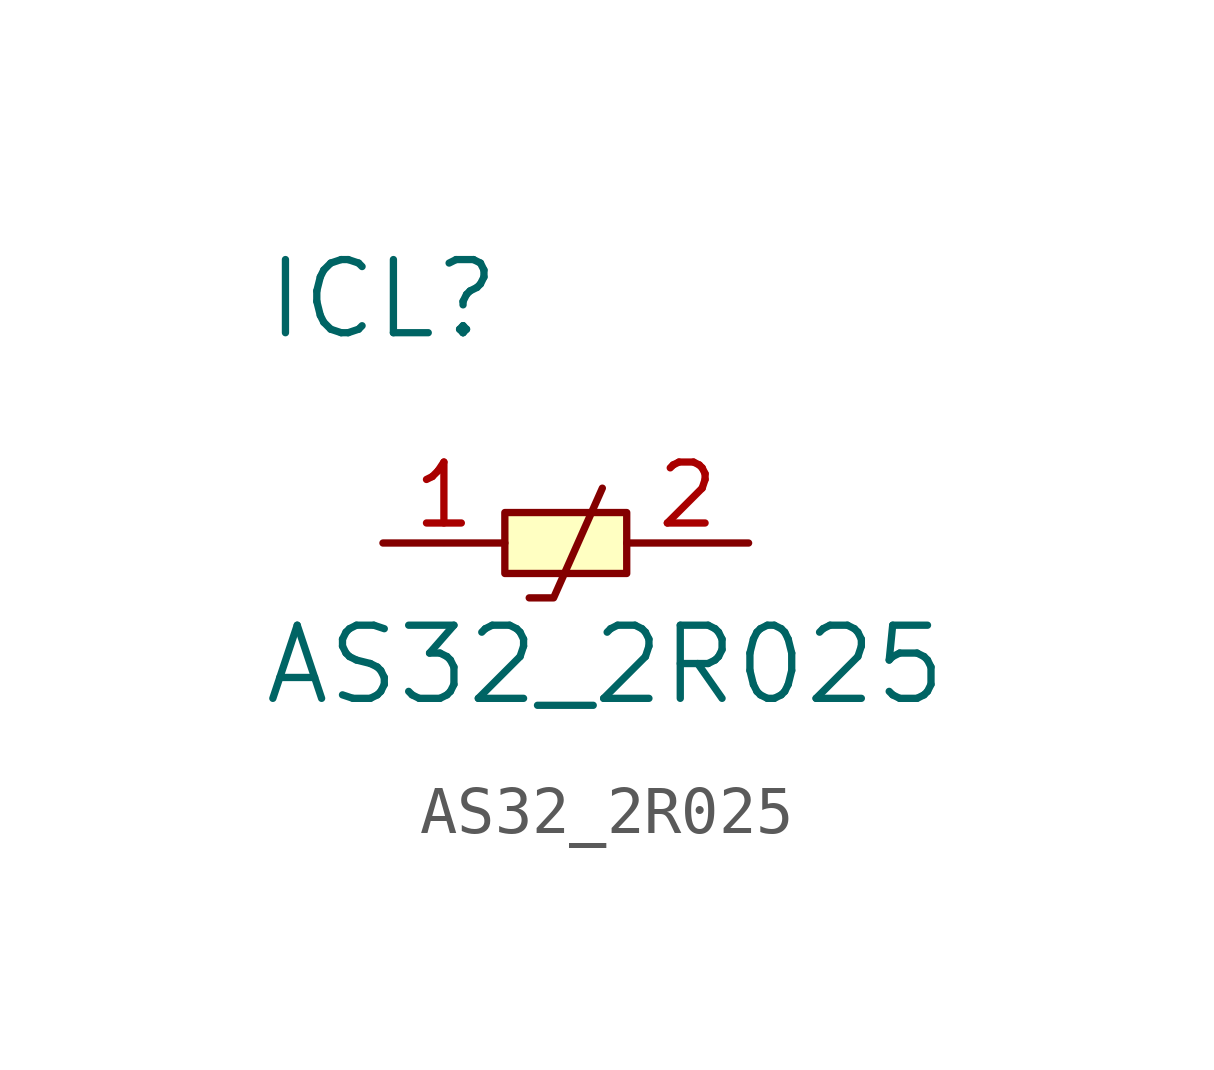
<source format=kicad_sym>
(kicad_symbol_lib
  (version 20211014)
  (generator kicad_symbol_editor)
  (symbol "AS32_2R025"
    (pin_names
      (offset 1.016))
    (property "Reference" "ICL"
      (at -2.54 5.08 0)
      (effects (font (size 1.524 1.524))))
    (property "Value" "AS32_2R025"
      (at -5.08 -2.54 0)
      (effects (font (size 1.524 1.524)) (justify left)))
    (symbol "AS32_2R025_0_1"
      (polyline (pts (xy 0.508 -1.143) (xy 1.016 -1.143) (xy 2.032 1.143)) (stroke (width 0) (type default) (color 0 0 0 0)) (fill (type none)))
      (rectangle (start 2.54 -0.635) (end 0 0.635) (stroke (width 0) (type default) (color 0 0 0 0)) (fill (type background))))
    (symbol "AS32_2R025_1_1"
      (pin power_in line (at -2.54 0 0) (length 2.54) (name "~" (effects (font (size 1.27 1.27)))) (number "1" (effects (font (size 1.27 1.27)))))
      (pin power_in line (at 5.08 0 180) (length 2.54) (name "~" (effects (font (size 1.27 1.27)))) (number "2" (effects (font (size 1.27 1.27))))))))
</source>
